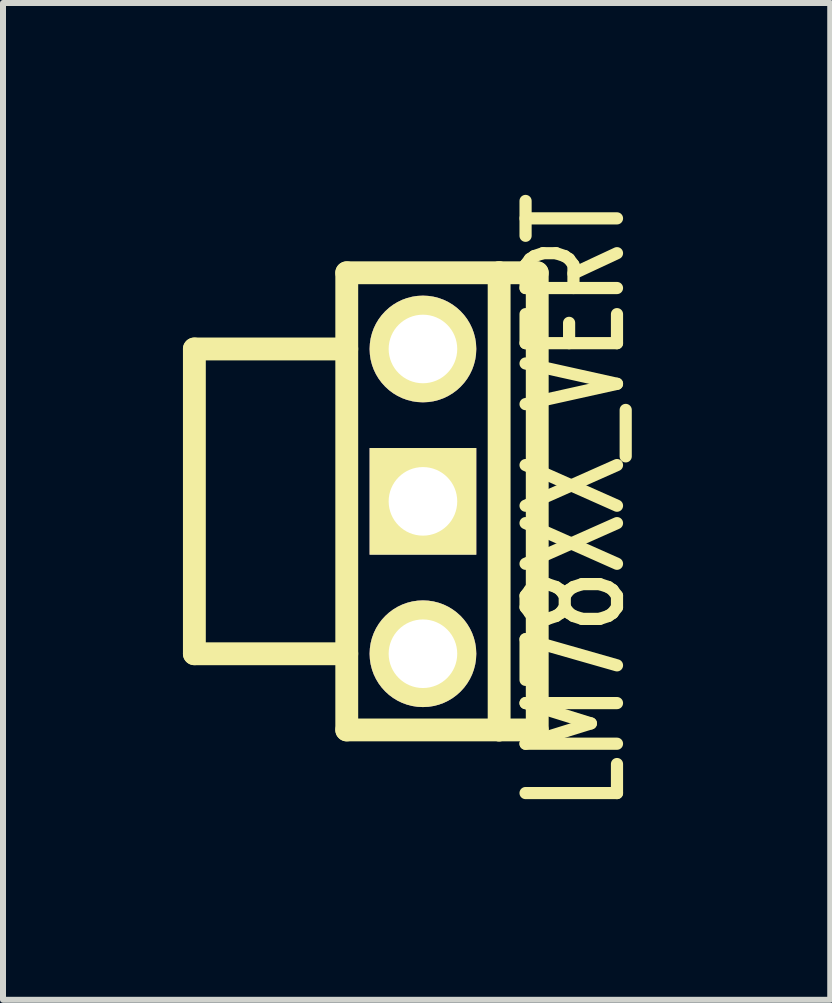
<source format=kicad_pcb>
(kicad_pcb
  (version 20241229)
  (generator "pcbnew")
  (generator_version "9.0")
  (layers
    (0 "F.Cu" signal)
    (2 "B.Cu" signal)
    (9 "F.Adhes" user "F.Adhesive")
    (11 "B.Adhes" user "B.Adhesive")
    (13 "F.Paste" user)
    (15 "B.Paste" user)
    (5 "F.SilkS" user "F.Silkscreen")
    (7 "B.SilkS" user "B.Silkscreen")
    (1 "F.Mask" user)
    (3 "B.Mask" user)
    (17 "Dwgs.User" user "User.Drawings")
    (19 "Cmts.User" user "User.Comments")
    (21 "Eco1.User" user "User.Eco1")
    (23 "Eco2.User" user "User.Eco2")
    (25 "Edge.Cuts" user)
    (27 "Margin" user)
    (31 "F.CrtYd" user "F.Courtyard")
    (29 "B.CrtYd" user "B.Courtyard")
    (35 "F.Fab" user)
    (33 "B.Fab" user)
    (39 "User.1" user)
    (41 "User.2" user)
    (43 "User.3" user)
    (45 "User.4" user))
  (footprint "LM78XX_VERT"
    (layer "F.Cu")
    (at 4 5.307)
    (property "Reference" "LM78XX_VERT" (at 2.54 0 90) (layer "F.SilkS") (effects (font (size 1.524 1.016) (thickness 0.203))))
    (attr through_hole)
    (fp_line (start -3.81 -2.54) (end -3.81 2.54) (stroke (width 0.381) (type solid)) (layer "F.SilkS"))
    (fp_line (start -3.81 2.54) (end -1.27 2.54) (stroke (width 0.381) (type solid)) (layer "F.SilkS"))
    (fp_line (start -1.27 -3.81) (end -1.27 3.81) (stroke (width 0.381) (type solid)) (layer "F.SilkS"))
    (fp_line (start -1.27 -2.54) (end -3.81 -2.54) (stroke (width 0.381) (type solid)) (layer "F.SilkS"))
    (fp_line (start -1.27 3.81) (end 1.27 3.81) (stroke (width 0.381) (type solid)) (layer "F.SilkS"))
    (fp_line (start 1.27 -3.81) (end -1.27 -3.81) (stroke (width 0.381) (type solid)) (layer "F.SilkS"))
    (fp_line (start 1.27 -3.81) (end 1.905 -3.81) (stroke (width 0.381) (type solid)) (layer "F.SilkS"))
    (fp_line (start 1.27 3.81) (end 1.27 -3.81) (stroke (width 0.381) (type solid)) (layer "F.SilkS"))
    (fp_line (start 1.905 -3.81) (end 1.905 3.81) (stroke (width 0.381) (type solid)) (layer "F.SilkS"))
    (fp_line (start 1.905 3.81) (end 1.27 3.81) (stroke (width 0.381) (type solid)) (layer "F.SilkS"))
    (pad "GND" thru_hole rect (at 0 0) (size 1.778 1.778) (drill 1.143) (layers "*.Cu" "*.Mask" "F.SilkS"))
    (pad "VI" thru_hole circle (at 0 -2.54) (size 1.778 1.778) (drill 1.143) (layers "*.Cu" "*.Mask" "F.SilkS"))
    (pad "VO" thru_hole circle (at 0 2.54) (size 1.778 1.778) (drill 1.143) (layers "*.Cu" "*.Mask" "F.SilkS")))
  (gr_rect
    (start -3 -3)
    (end 10.789 13.615)
    (stroke (width 0.1) (type default))
    (fill no)
    (layer "Edge.Cuts")))
</source>
